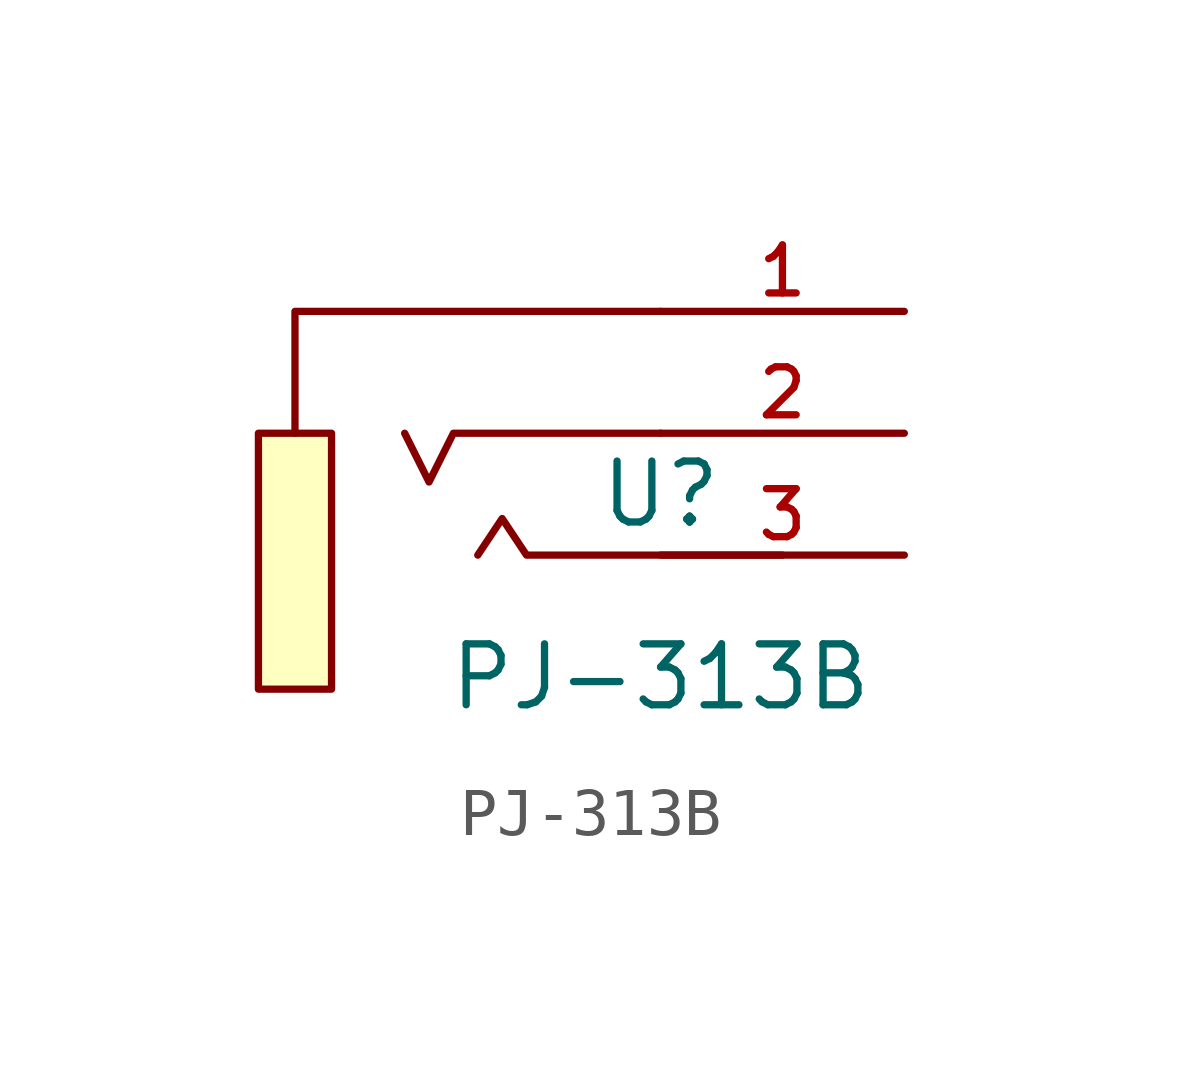
<source format=kicad_sym>
(kicad_symbol_lib
  (version 20210201)
  (generator TousstNicolas/JLC2KiCad_lib)
  (symbol "PJ-313B"
    (pin_names hide)
    (property "Reference" "U"
      (at 0 1.27 0)
      (effects (font (size 1.27 1.27))))
    (property "Value" "PJ-313B"
      (at 0 -2.54 0)
      (effects (font (size 1.27 1.27))))
    (symbol "PJ-313B_0_1"
      (pin unspecified line (at 5.08 -0.0 180) (length 5.08) (name "3" (effects (font (size 1 1)))) (number "3" (effects (font (size 1 1)))))
      (pin unspecified line (at 5.08 2.54 180) (length 5.08) (name "2" (effects (font (size 1 1)))) (number "2" (effects (font (size 1 1)))))
      (pin unspecified line (at 5.08 5.08 180) (length 5.08) (name "1" (effects (font (size 1 1)))) (number "1" (effects (font (size 1 1)))))
      (polyline (pts (xy 2.54 -0.0) (xy -2.794 -0.0) (xy -3.302 0.762) (xy -3.81 -0.0)) (stroke (width 0) (type default) (color 0 0 0 0)) (fill (type none)))
      (polyline (pts (xy 0.0 2.54) (xy -1.27 2.54) (xy -4.318 2.54) (xy -4.826 1.524) (xy -5.334 2.54)) (stroke (width 0) (type default) (color 0 0 0 0)) (fill (type none)))
      (rectangle (start -8.382 2.54) (end -6.858 -2.794) (stroke (width 0) (type default) (color 0 0 0 0)) (fill (type background)))
      (polyline (pts (xy 0.0 5.08) (xy -7.62 5.08) (xy -7.62 2.54)) (stroke (width 0) (type default) (color 0 0 0 0)) (fill (type none))))))
</source>
